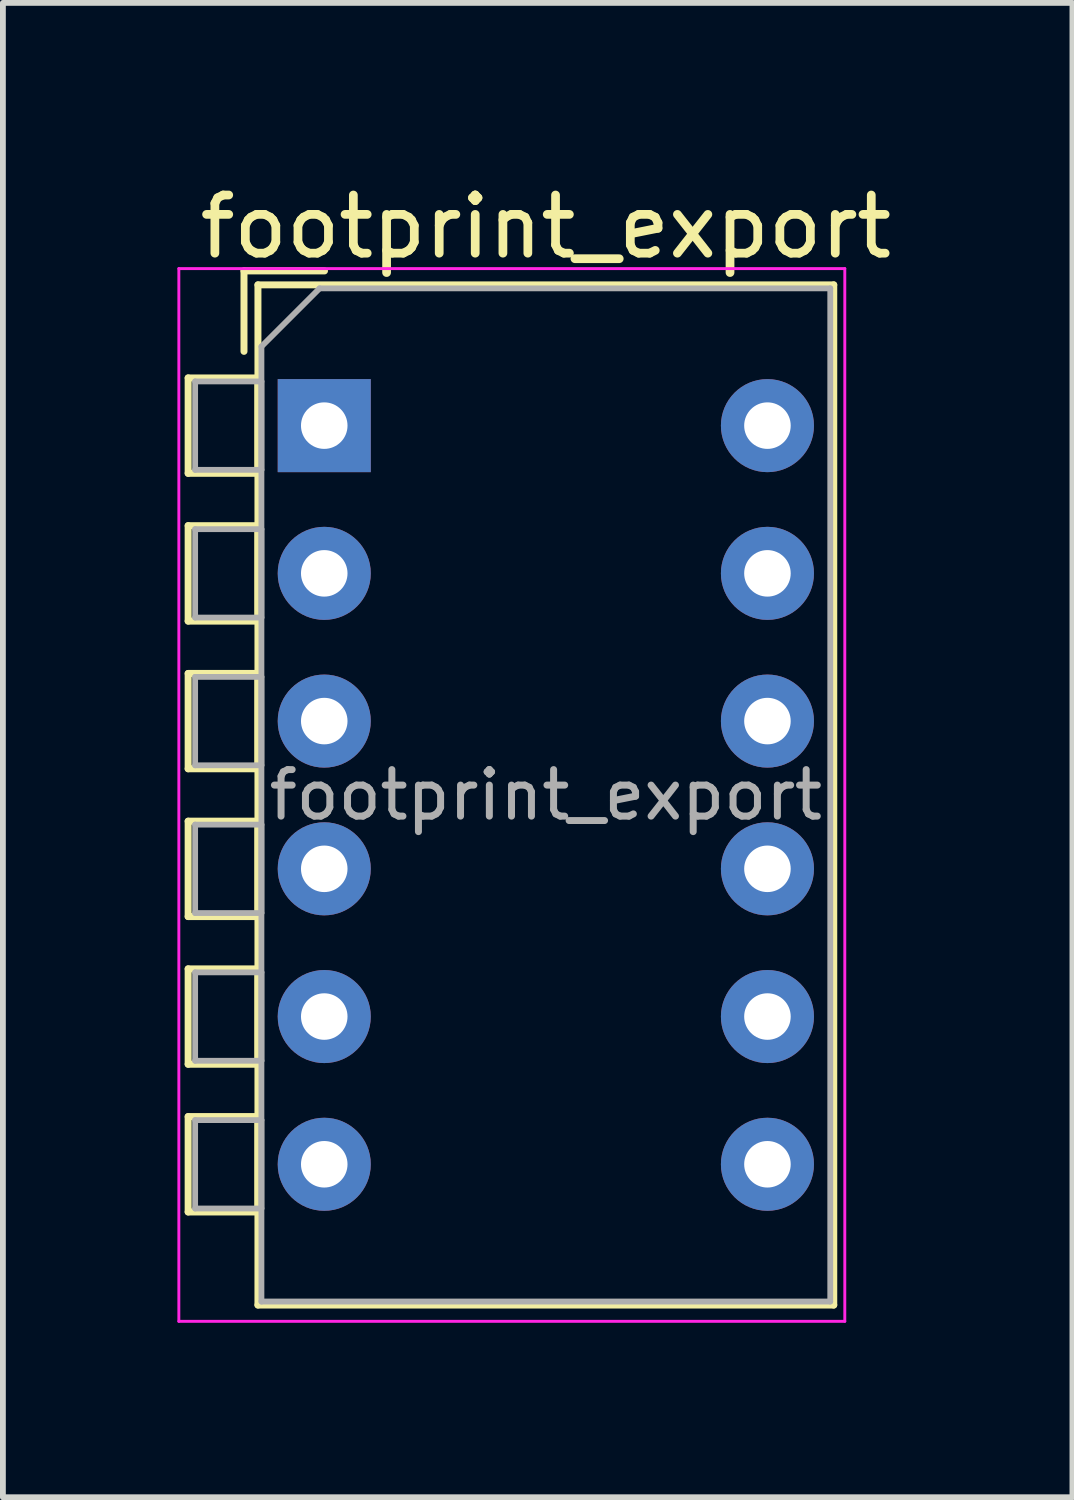
<source format=kicad_pcb>
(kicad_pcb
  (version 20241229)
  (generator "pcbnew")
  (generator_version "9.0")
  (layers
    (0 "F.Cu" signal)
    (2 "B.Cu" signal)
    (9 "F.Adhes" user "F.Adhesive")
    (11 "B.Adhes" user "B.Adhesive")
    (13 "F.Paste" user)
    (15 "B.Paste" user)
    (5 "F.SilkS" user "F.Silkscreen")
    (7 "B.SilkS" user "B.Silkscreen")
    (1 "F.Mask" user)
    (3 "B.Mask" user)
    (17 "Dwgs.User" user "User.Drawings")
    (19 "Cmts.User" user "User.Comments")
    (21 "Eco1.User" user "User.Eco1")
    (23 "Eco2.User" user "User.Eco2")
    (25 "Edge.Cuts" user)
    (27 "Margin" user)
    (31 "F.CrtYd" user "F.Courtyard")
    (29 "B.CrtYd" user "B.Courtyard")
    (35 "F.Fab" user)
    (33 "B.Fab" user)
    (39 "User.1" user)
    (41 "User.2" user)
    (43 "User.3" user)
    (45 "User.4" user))
  (footprint "footprint_export"
    (layer "F.Cu")
    (at 2.525 4.268)
    (property "Reference" "footprint_export" (at 3.81 -3.42 0) (layer "F.SilkS") (effects (font (size 1 1) (thickness 0.15))))
    (attr through_hole)
    (fp_line (start -2.34 -0.82) (end -2.34 0.82) (stroke (width 0.12) (type solid)) (layer "F.SilkS"))
    (fp_line (start -2.34 -0.82) (end -1.14 -0.82) (stroke (width 0.12) (type solid)) (layer "F.SilkS"))
    (fp_line (start -2.34 0.82) (end -1.14 0.82) (stroke (width 0.12) (type solid)) (layer "F.SilkS"))
    (fp_line (start -2.34 1.72) (end -2.34 3.361) (stroke (width 0.12) (type solid)) (layer "F.SilkS"))
    (fp_line (start -2.34 1.72) (end -1.14 1.72) (stroke (width 0.12) (type solid)) (layer "F.SilkS"))
    (fp_line (start -2.34 3.361) (end -1.14 3.361) (stroke (width 0.12) (type solid)) (layer "F.SilkS"))
    (fp_line (start -2.34 4.261) (end -2.34 5.9) (stroke (width 0.12) (type solid)) (layer "F.SilkS"))
    (fp_line (start -2.34 4.261) (end -1.14 4.261) (stroke (width 0.12) (type solid)) (layer "F.SilkS"))
    (fp_line (start -2.34 5.9) (end -1.14 5.9) (stroke (width 0.12) (type solid)) (layer "F.SilkS"))
    (fp_line (start -2.34 6.801) (end -2.34 8.441) (stroke (width 0.12) (type solid)) (layer "F.SilkS"))
    (fp_line (start -2.34 6.801) (end -1.14 6.801) (stroke (width 0.12) (type solid)) (layer "F.SilkS"))
    (fp_line (start -2.34 8.441) (end -1.14 8.441) (stroke (width 0.12) (type solid)) (layer "F.SilkS"))
    (fp_line (start -2.34 9.34) (end -2.34 10.98) (stroke (width 0.12) (type solid)) (layer "F.SilkS"))
    (fp_line (start -2.34 9.34) (end -1.14 9.34) (stroke (width 0.12) (type solid)) (layer "F.SilkS"))
    (fp_line (start -2.34 10.98) (end -1.14 10.98) (stroke (width 0.12) (type solid)) (layer "F.SilkS"))
    (fp_line (start -2.34 11.88) (end -2.34 13.52) (stroke (width 0.12) (type solid)) (layer "F.SilkS"))
    (fp_line (start -2.34 11.88) (end -1.14 11.88) (stroke (width 0.12) (type solid)) (layer "F.SilkS"))
    (fp_line (start -2.34 13.52) (end -1.14 13.52) (stroke (width 0.12) (type solid)) (layer "F.SilkS"))
    (fp_line (start -1.38 -2.66) (end -1.38 -1.277) (stroke (width 0.12) (type solid)) (layer "F.SilkS"))
    (fp_line (start -1.38 -2.66) (end 0.004 -2.66) (stroke (width 0.12) (type solid)) (layer "F.SilkS"))
    (fp_line (start -1.14 -2.42) (end -1.14 15.12) (stroke (width 0.12) (type solid)) (layer "F.SilkS"))
    (fp_line (start -1.14 -2.42) (end 8.76 -2.42) (stroke (width 0.12) (type solid)) (layer "F.SilkS"))
    (fp_line (start -1.14 -0.82) (end -1.14 0.82) (stroke (width 0.12) (type solid)) (layer "F.SilkS"))
    (fp_line (start -1.14 1.72) (end -1.14 3.361) (stroke (width 0.12) (type solid)) (layer "F.SilkS"))
    (fp_line (start -1.14 4.261) (end -1.14 5.9) (stroke (width 0.12) (type solid)) (layer "F.SilkS"))
    (fp_line (start -1.14 6.801) (end -1.14 8.441) (stroke (width 0.12) (type solid)) (layer "F.SilkS"))
    (fp_line (start -1.14 9.34) (end -1.14 10.98) (stroke (width 0.12) (type solid)) (layer "F.SilkS"))
    (fp_line (start -1.14 11.88) (end -1.14 13.52) (stroke (width 0.12) (type solid)) (layer "F.SilkS"))
    (fp_line (start -1.14 15.12) (end 8.76 15.12) (stroke (width 0.12) (type solid)) (layer "F.SilkS"))
    (fp_line (start 8.76 -2.42) (end 8.76 15.12) (stroke (width 0.12) (type solid)) (layer "F.SilkS"))
    (fp_line (start -2.5 -2.7) (end -2.5 15.4) (stroke (width 0.05) (type solid)) (layer "F.CrtYd"))
    (fp_line (start -2.5 15.4) (end 8.95 15.4) (stroke (width 0.05) (type solid)) (layer "F.CrtYd"))
    (fp_line (start 8.95 -2.7) (end -2.5 -2.7) (stroke (width 0.05) (type solid)) (layer "F.CrtYd"))
    (fp_line (start 8.95 15.4) (end 8.95 -2.7) (stroke (width 0.05) (type solid)) (layer "F.CrtYd"))
    (fp_line (start -2.22 -0.76) (end -1.08 -0.76) (stroke (width 0.1) (type solid)) (layer "F.Fab"))
    (fp_line (start -2.22 0.76) (end -2.22 -0.76) (stroke (width 0.1) (type solid)) (layer "F.Fab"))
    (fp_line (start -2.22 1.78) (end -1.08 1.78) (stroke (width 0.1) (type solid)) (layer "F.Fab"))
    (fp_line (start -2.22 3.3) (end -2.22 1.78) (stroke (width 0.1) (type solid)) (layer "F.Fab"))
    (fp_line (start -2.22 4.32) (end -1.08 4.32) (stroke (width 0.1) (type solid)) (layer "F.Fab"))
    (fp_line (start -2.22 5.84) (end -2.22 4.32) (stroke (width 0.1) (type solid)) (layer "F.Fab"))
    (fp_line (start -2.22 6.86) (end -1.08 6.86) (stroke (width 0.1) (type solid)) (layer "F.Fab"))
    (fp_line (start -2.22 8.38) (end -2.22 6.86) (stroke (width 0.1) (type solid)) (layer "F.Fab"))
    (fp_line (start -2.22 9.4) (end -1.08 9.4) (stroke (width 0.1) (type solid)) (layer "F.Fab"))
    (fp_line (start -2.22 10.92) (end -2.22 9.4) (stroke (width 0.1) (type solid)) (layer "F.Fab"))
    (fp_line (start -2.22 11.94) (end -1.08 11.94) (stroke (width 0.1) (type solid)) (layer "F.Fab"))
    (fp_line (start -2.22 13.46) (end -2.22 11.94) (stroke (width 0.1) (type solid)) (layer "F.Fab"))
    (fp_line (start -1.08 -1.36) (end -0.08 -2.36) (stroke (width 0.1) (type solid)) (layer "F.Fab"))
    (fp_line (start -1.08 -0.76) (end -1.08 0.76) (stroke (width 0.1) (type solid)) (layer "F.Fab"))
    (fp_line (start -1.08 0.76) (end -2.22 0.76) (stroke (width 0.1) (type solid)) (layer "F.Fab"))
    (fp_line (start -1.08 1.78) (end -1.08 3.3) (stroke (width 0.1) (type solid)) (layer "F.Fab"))
    (fp_line (start -1.08 3.3) (end -2.22 3.3) (stroke (width 0.1) (type solid)) (layer "F.Fab"))
    (fp_line (start -1.08 4.32) (end -1.08 5.84) (stroke (width 0.1) (type solid)) (layer "F.Fab"))
    (fp_line (start -1.08 5.84) (end -2.22 5.84) (stroke (width 0.1) (type solid)) (layer "F.Fab"))
    (fp_line (start -1.08 6.86) (end -1.08 8.38) (stroke (width 0.1) (type solid)) (layer "F.Fab"))
    (fp_line (start -1.08 8.38) (end -2.22 8.38) (stroke (width 0.1) (type solid)) (layer "F.Fab"))
    (fp_line (start -1.08 9.4) (end -1.08 10.92) (stroke (width 0.1) (type solid)) (layer "F.Fab"))
    (fp_line (start -1.08 10.92) (end -2.22 10.92) (stroke (width 0.1) (type solid)) (layer "F.Fab"))
    (fp_line (start -1.08 11.94) (end -1.08 13.46) (stroke (width 0.1) (type solid)) (layer "F.Fab"))
    (fp_line (start -1.08 13.46) (end -2.22 13.46) (stroke (width 0.1) (type solid)) (layer "F.Fab"))
    (fp_line (start -1.08 15.06) (end -1.08 -1.36) (stroke (width 0.1) (type solid)) (layer "F.Fab"))
    (fp_line (start -0.08 -2.36) (end 8.7 -2.36) (stroke (width 0.1) (type solid)) (layer "F.Fab"))
    (fp_line (start 8.7 -2.36) (end 8.7 15.06) (stroke (width 0.1) (type solid)) (layer "F.Fab"))
    (fp_line (start 8.7 15.06) (end -1.08 15.06) (stroke (width 0.1) (type solid)) (layer "F.Fab"))
    (fp_text user "${REFERENCE}" (at 3.81 6.35 0) (layer "F.Fab") (effects (font (size 0.8 0.8) (thickness 0.12))))
    (pad "1" thru_hole rect (at 0 0) (size 1.6 1.6) (drill 0.8) (layers "*.Cu" "*.Mask"))
    (pad "2" thru_hole oval (at 0 2.54) (size 1.6 1.6) (drill 0.8) (layers "*.Cu" "*.Mask"))
    (pad "3" thru_hole oval (at 0 5.08) (size 1.6 1.6) (drill 0.8) (layers "*.Cu" "*.Mask"))
    (pad "4" thru_hole oval (at 0 7.62) (size 1.6 1.6) (drill 0.8) (layers "*.Cu" "*.Mask"))
    (pad "5" thru_hole oval (at 0 10.16) (size 1.6 1.6) (drill 0.8) (layers "*.Cu" "*.Mask"))
    (pad "6" thru_hole oval (at 0 12.7) (size 1.6 1.6) (drill 0.8) (layers "*.Cu" "*.Mask"))
    (pad "7" thru_hole oval (at 7.62 12.7) (size 1.6 1.6) (drill 0.8) (layers "*.Cu" "*.Mask"))
    (pad "8" thru_hole oval (at 7.62 10.16) (size 1.6 1.6) (drill 0.8) (layers "*.Cu" "*.Mask"))
    (pad "9" thru_hole oval (at 7.62 7.62) (size 1.6 1.6) (drill 0.8) (layers "*.Cu" "*.Mask"))
    (pad "10" thru_hole oval (at 7.62 5.08) (size 1.6 1.6) (drill 0.8) (layers "*.Cu" "*.Mask"))
    (pad "11" thru_hole oval (at 7.62 2.54) (size 1.6 1.6) (drill 0.8) (layers "*.Cu" "*.Mask"))
    (pad "12" thru_hole oval (at 7.62 0) (size 1.6 1.6) (drill 0.8) (layers "*.Cu" "*.Mask")))
  (gr_rect
    (start -3 -3)
    (end 15.389 22.693)
    (stroke (width 0.1) (type default))
    (fill no)
    (layer "Edge.Cuts")))
</source>
